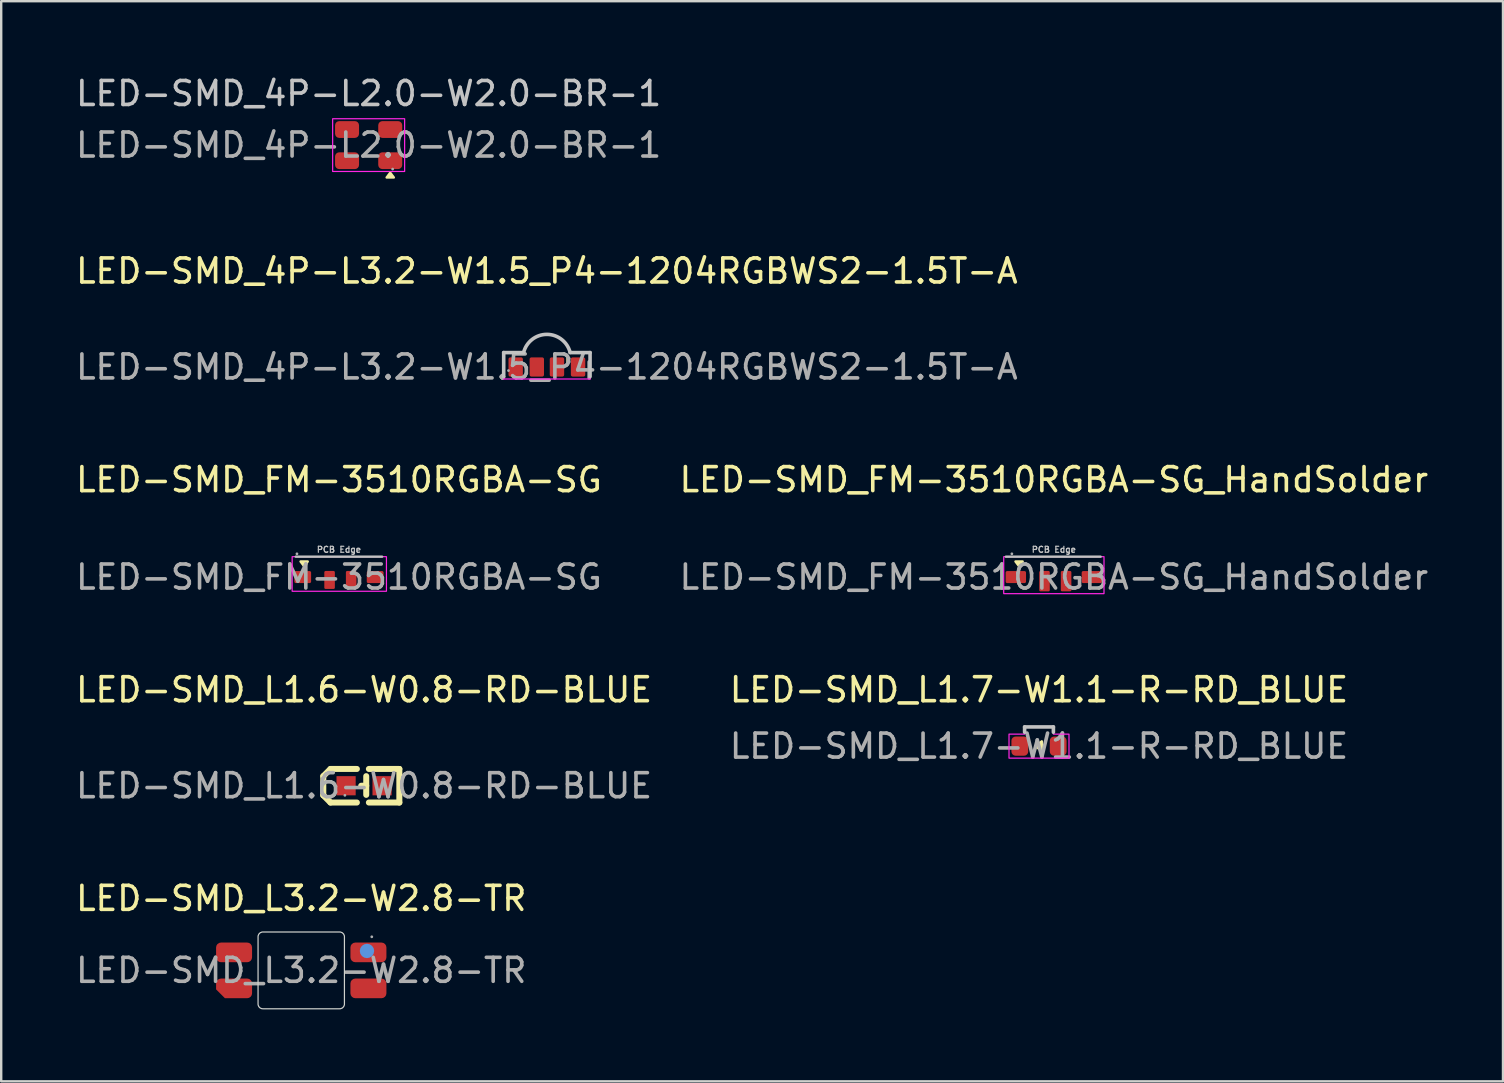
<source format=kicad_pcb>
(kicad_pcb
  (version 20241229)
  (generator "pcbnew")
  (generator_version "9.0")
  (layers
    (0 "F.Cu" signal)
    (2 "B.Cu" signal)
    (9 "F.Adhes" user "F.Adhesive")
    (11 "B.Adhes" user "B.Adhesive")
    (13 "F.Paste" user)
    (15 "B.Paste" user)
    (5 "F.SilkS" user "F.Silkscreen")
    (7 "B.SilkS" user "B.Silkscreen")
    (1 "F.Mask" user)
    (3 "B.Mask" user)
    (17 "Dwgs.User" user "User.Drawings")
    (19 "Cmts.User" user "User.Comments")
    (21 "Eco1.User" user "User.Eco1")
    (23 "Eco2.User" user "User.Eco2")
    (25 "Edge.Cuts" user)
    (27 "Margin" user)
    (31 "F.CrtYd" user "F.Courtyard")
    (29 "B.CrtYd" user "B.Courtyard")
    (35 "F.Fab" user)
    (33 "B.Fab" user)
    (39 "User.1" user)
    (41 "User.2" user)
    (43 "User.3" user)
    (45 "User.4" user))
  (footprint "LED-SMD_L3.2-W2.8-TR"
    (layer "F.Cu")
    (at 9.506 37.396)
    (property "Reference" "LED-SMD_L3.2-W2.8-TR" (at 0 -3 0) (layer "F.SilkS") (effects (font (size 1 1) (thickness 0.15))))
    (attr smd)
    (fp_circle (center 2.74 -0.81) (end 2.89 -0.81) (stroke (width 0.3) (type solid)) (fill no) (layer "Cmts.User"))
    (fp_poly (pts (xy 1.6 1.6) (xy 1.639 1.598) (xy 1.712 1.568) (xy 1.768 1.512) (xy 1.798 1.439) (xy 1.8 1.4) (xy 1.8 -1.4) (xy 1.798 -1.439) (xy 1.768 -1.512) (xy 1.712 -1.568) (xy 1.639 -1.598) (xy 1.6 -1.6) (xy -1.6 -1.6) (xy -1.639 -1.598) (xy -1.712 -1.568) (xy -1.768 -1.512) (xy -1.798 -1.439) (xy -1.8 -1.4) (xy -1.8 1.4) (xy -1.798 1.439) (xy -1.768 1.512) (xy -1.712 1.568) (xy -1.639 1.598) (xy -1.6 1.6)) (stroke (width 0.05) (type solid)) (fill no) (layer "Edge.Cuts"))
    (fp_circle (center 2.94 -1.4) (end 2.97 -1.4) (stroke (width 0.06) (type solid)) (fill no) (layer "F.Fab"))
    (fp_text user "${REFERENCE}" (at 0 0 0) (layer "F.Fab") (effects (font (size 1 1) (thickness 0.15))))
    (pad "1" smd roundrect (at 2.8 -0.75 90) (size 0.82 1.5) (layers "F.Cu" "F.Mask" "F.Paste") (roundrect_rratio 0.25))
    (pad "2" smd roundrect (at 2.8 0.75 90) (size 0.82 1.5) (layers "F.Cu" "F.Mask" "F.Paste") (roundrect_rratio 0.25))
    (pad "3" smd roundrect (at -2.8 0.75 270) (size 0.82 1.5) (layers "F.Cu" "F.Mask" "F.Paste") (roundrect_rratio 0.25) (chamfer_ratio 0.45) (chamfer bottom_right))
    (pad "4" smd roundrect (at -2.8 -0.75 90) (size 0.82 1.5) (layers "F.Cu" "F.Mask" "F.Paste") (roundrect_rratio 0.25)))
  (footprint "LED-SMD_L1.6-W0.8-RD-BLUE"
    (layer "F.Cu")
    (at 12.125 29.7)
    (property "Reference" "LED-SMD_L1.6-W0.8-RD-BLUE" (at 0 -4 0) (layer "F.SilkS") (effects (font (size 1 1) (thickness 0.15))))
    (attr smd)
    (fp_line (start -1.7 -0.4) (end -1.7 0.4) (stroke (width 0.25) (type solid)) (layer "F.SilkS"))
    (fp_line (start -1.7 0.4) (end -1.4 0.7) (stroke (width 0.25) (type solid)) (layer "F.SilkS"))
    (fp_line (start -1.4 -0.7) (end -1.7 -0.4) (stroke (width 0.25) (type solid)) (layer "F.SilkS"))
    (fp_line (start -1.4 0.7) (end -0.3 0.7) (stroke (width 0.25) (type solid)) (layer "F.SilkS"))
    (fp_line (start -0.3 -0.7) (end -1.4 -0.7) (stroke (width 0.25) (type solid)) (layer "F.SilkS"))
    (fp_line (start 0.09 -0.4) (end 0.09 0.38) (stroke (width 0.25) (type solid)) (layer "F.SilkS"))
    (fp_line (start 0.09 0) (end -0.12 0) (stroke (width 0.25) (type solid)) (layer "F.SilkS"))
    (fp_line (start 0.2 -0.7) (end 1.47 -0.7) (stroke (width 0.25) (type solid)) (layer "F.SilkS"))
    (fp_line (start 1.47 -0.7) (end 1.47 0.7) (stroke (width 0.25) (type solid)) (layer "F.SilkS"))
    (fp_line (start 1.47 0.7) (end 0.2 0.7) (stroke (width 0.25) (type solid)) (layer "F.SilkS"))
    (fp_circle (center -0.8 0.4) (end -0.77 0.4) (stroke (width 0.06) (type solid)) (fill no) (layer "F.Fab"))
    (fp_text user "${REFERENCE}" (at 0 0 0) (layer "F.Fab") (effects (font (size 1 1) (thickness 0.15))))
    (pad "1" smd rect (at -0.75 0) (size 0.8 0.8) (layers "F.Cu" "F.Mask" "F.Paste"))
    (pad "2" smd rect (at 0.75 0) (size 0.8 0.8) (layers "F.Cu" "F.Mask" "F.Paste")))
  (footprint "LED-SMD_4P-L3.2-W1.5_P4-1204RGBWS2-1.5T-A"
    (layer "F.Cu")
    (at 19.744 12.246)
    (property "Reference" "LED-SMD_4P-L3.2-W1.5_P4-1204RGBWS2-1.5T-A" (at 0 -4 0) (layer "F.SilkS") (effects (font (size 1 1) (thickness 0.15))))
    (attr smd)
    (fp_line (start 0.86 -0.35) (end 0.86 -0.2) (stroke (width 0.1) (type default)) (layer "F.SilkS"))
    (fp_line (start -1.8 -0.6) (end -1.8 0.4) (stroke (width 0.15) (type solid)) (layer "Dwgs.User"))
    (fp_line (start -0.97 -0.6) (end -1.8 -0.6) (stroke (width 0.15) (type solid)) (layer "Dwgs.User"))
    (fp_line (start 1.8 -0.6) (end 0.97 -0.6) (stroke (width 0.15) (type solid)) (layer "Dwgs.User"))
    (fp_line (start 1.8 -0.6) (end 1.8 0.4) (stroke (width 0.15) (type solid)) (layer "Dwgs.User"))
    (fp_arc (start -0.97 -0.6) (mid -0.003014 -1.359245) (end 0.968535 -0.605847) (stroke (width 0.15) (type solid)) (layer "Dwgs.User"))
    (fp_line (start -1.8 -0.6) (end -1.8 0.5) (stroke (width 0.05) (type solid)) (layer "F.CrtYd"))
    (fp_line (start -1.8 0.5) (end 1.8 0.5) (stroke (width 0.05) (type default)) (layer "F.CrtYd"))
    (fp_line (start -0.97 -0.6) (end -1.8 -0.6) (stroke (width 0.05) (type solid)) (layer "F.CrtYd"))
    (fp_line (start 1.8 -0.6) (end 0.97 -0.6) (stroke (width 0.05) (type solid)) (layer "F.CrtYd"))
    (fp_line (start 1.8 -0.6) (end 1.8 0.5) (stroke (width 0.05) (type solid)) (layer "F.CrtYd"))
    (fp_arc (start -0.97 -0.6) (mid -0.003014 -1.359245) (end 0.968535 -0.605847) (stroke (width 0.05) (type solid)) (layer "F.CrtYd"))
    (fp_circle (center -1.6 0.15) (end -1.57 0.15) (stroke (width 0.06) (type solid)) (fill no) (layer "F.Fab"))
    (fp_text user "${REFERENCE}" (at 0 0 0) (layer "F.Fab") (effects (font (size 1 1) (thickness 0.15))))
    (pad "1" smd roundrect (at -0.42 0) (size 0.6 0.8) (layers "F.Cu" "F.Mask" "F.Paste") (roundrect_rratio 0.125))
    (pad "2" smd roundrect (at 0.42 0) (size 0.6 0.8) (layers "F.Cu" "F.Mask" "F.Paste") (roundrect_rratio 0.125))
    (pad "3" smd roundrect (at -1.3 0) (size 0.6 0.8) (layers "F.Cu" "F.Mask" "F.Paste") (roundrect_rratio 0.125))
    (pad "4" smd roundrect (at 1.3 0) (size 0.6 0.8) (layers "F.Cu" "F.Mask" "F.Paste") (roundrect_rratio 0.125)))
  (footprint "LED-SMD_FM-3510RGBA-SG_HandSolder"
    (layer "F.Cu")
    (at 40.875 21.003)
    (property "Reference" "LED-SMD_FM-3510RGBA-SG_HandSolder" (at 0 -4.06 0) (layer "F.SilkS") (effects (font (size 1 1) (thickness 0.15))))
    (attr smd)
    (fp_poly (pts (xy -1.45 -0.45) (xy -1.6 -0.65) (xy -1.3 -0.65)) (stroke (width 0.1) (type solid)) (fill yes) (layer "F.SilkS"))
    (fp_line (start -2 -0.85) (end 1.95 -0.85) (stroke (width 0.1) (type default)) (layer "Dwgs.User"))
    (fp_rect (start -2.09 -0.85) (end 2.09 0.69) (stroke (width 0.05) (type default)) (fill no) (layer "F.CrtYd"))
    (fp_circle (center -1.75 -0.97) (end -1.72 -0.97) (stroke (width 0.06) (type solid)) (fill no) (layer "F.Fab"))
    (fp_text user "PCB Edge" (at 0 -1 0) (unlocked yes) (layer "Dwgs.User") (effects (font (size 0.25 0.25) (thickness 0.05) (bold yes)) (justify bottom)))
    (fp_text user "${REFERENCE}" (at 0 0 0) (layer "F.Fab") (effects (font (size 1 1) (thickness 0.15))))
    (pad "1" smd roundrect (at -1.585 0 180) (size 0.85 0.5) (layers "F.Cu" "F.Mask" "F.Paste") (roundrect_rratio 0.125))
    (pad "2" smd roundrect (at -0.39 0.17 270) (size 0.85 0.44) (layers "F.Cu" "F.Mask" "F.Paste") (roundrect_rratio 0.125))
    (pad "3" smd roundrect (at 0.51 0.17 270) (size 0.85 0.44) (layers "F.Cu" "F.Mask" "F.Paste") (roundrect_rratio 0.125))
    (pad "4" smd roundrect (at 1.585 0) (size 0.85 0.5) (layers "F.Cu" "F.Mask" "F.Paste") (roundrect_rratio 0.125)))
  (footprint "LED-SMD_FM-3510RGBA-SG"
    (layer "F.Cu")
    (at 11.077 21.003)
    (property "Reference" "LED-SMD_FM-3510RGBA-SG" (at 0 -4.06 0) (layer "F.SilkS") (effects (font (size 1 1) (thickness 0.15))))
    (attr smd)
    (fp_poly (pts (xy -1.45 -0.45) (xy -1.6 -0.65) (xy -1.3 -0.65)) (stroke (width 0.1) (type solid)) (fill yes) (layer "F.SilkS"))
    (fp_line (start -1.8 -0.85) (end 1.8 -0.85) (stroke (width 0.1) (type default)) (layer "Dwgs.User"))
    (fp_rect (start -1.95 -0.85) (end 1.98 0.59) (stroke (width 0.05) (type default)) (fill no) (layer "F.CrtYd"))
    (fp_circle (center -1.75 -0.97) (end -1.72 -0.97) (stroke (width 0.06) (type solid)) (fill no) (layer "F.Fab"))
    (fp_text user "PCB Edge" (at 0 -1 0) (unlocked yes) (layer "Dwgs.User") (effects (font (size 0.25 0.25) (thickness 0.05) (bold yes)) (justify bottom)))
    (fp_text user "${REFERENCE}" (at 0 0 0) (layer "F.Fab") (effects (font (size 1 1) (thickness 0.15))))
    (pad "1" smd roundrect (at -1.51 0 180) (size 0.7 0.5) (layers "F.Cu" "F.Mask" "F.Paste") (roundrect_rratio 0.125))
    (pad "2" smd roundrect (at -0.39 0.12 270) (size 0.75 0.44) (layers "F.Cu" "F.Mask" "F.Paste") (roundrect_rratio 0.125))
    (pad "3" smd roundrect (at 0.51 0.12 270) (size 0.75 0.44) (layers "F.Cu" "F.Mask" "F.Paste") (roundrect_rratio 0.125))
    (pad "4" smd roundrect (at 1.51 0) (size 0.7 0.5) (layers "F.Cu" "F.Mask" "F.Paste") (roundrect_rratio 0.125)))
  (footprint "LED-SMD_4P-L2.0-W2.0-BR-1"
    (layer "F.Cu")
    (at 12.315 2.998)
    (property "Reference" "LED-SMD_4P-L2.0-W2.0-BR-1" (at 0 -2.15 0) (layer "Dwgs.User") (effects (font (size 1 1) (thickness 0.15))))
    (attr smd)
    (fp_poly (pts (xy 0.9 1.15) (xy 1.05 1.35) (xy 0.75 1.35)) (stroke (width 0.1) (type solid)) (fill yes) (layer "F.SilkS"))
    (fp_rect (start -1.5 -1.1) (end 1.5 1.1) (stroke (width 0.05) (type default)) (fill no) (layer "F.CrtYd"))
    (fp_circle (center 1 1) (end 1.03 1) (stroke (width 0.06) (type solid)) (fill no) (layer "F.Fab"))
    (fp_text user "${REFERENCE}" (at 0 0 0) (layer "F.Fab") (effects (font (size 1 1) (thickness 0.15))))
    (pad "1" smd roundrect (at 0.9 0.65 180) (size 1 0.7) (layers "F.Cu" "F.Mask" "F.Paste") (roundrect_rratio 0.25))
    (pad "2" smd roundrect (at 0.9 -0.65 180) (size 1 0.7) (layers "F.Cu" "F.Mask" "F.Paste") (roundrect_rratio 0.25))
    (pad "3" smd roundrect (at -0.9 -0.65 180) (size 1 0.7) (layers "F.Cu" "F.Mask" "F.Paste") (roundrect_rratio 0.25))
    (pad "4" smd roundrect (at -0.9 0.65 180) (size 1 0.7) (layers "F.Cu" "F.Mask" "F.Paste") (roundrect_rratio 0.25)))
  (footprint "LED-SMD_L1.7-W1.1-R-RD_BLUE"
    (layer "F.Cu")
    (at 40.256 28.049)
    (property "Reference" "LED-SMD_L1.7-W1.1-R-RD_BLUE" (at 0 -2.35 0) (layer "F.SilkS") (effects (font (size 1 1) (thickness 0.15))))
    (attr smd)
    (fp_poly (pts (xy 0.116 -0.2) (xy 0.116 0.2) (xy -0.15 0)) (stroke (width 0.1) (type solid)) (fill yes) (layer "F.SilkS"))
    (fp_line (start -0.6 -0.8) (end -0.6 -0.58) (stroke (width 0.15) (type solid)) (layer "Dwgs.User"))
    (fp_line (start -0.6 -0.8) (end 0.6 -0.8) (stroke (width 0.15) (type solid)) (layer "Dwgs.User"))
    (fp_line (start 0.6 -0.8) (end 0.6 -0.58) (stroke (width 0.15) (type solid)) (layer "Dwgs.User"))
    (fp_poly (pts (xy -1.25 -0.5) (xy -0.6 -0.5) (xy -0.6 -0.8) (xy 0.6 -0.8) (xy 0.6 -0.5) (xy 1.25 -0.5) (xy 1.25 0.5) (xy -1.25 0.5)) (stroke (width 0.05) (type solid)) (fill no) (layer "F.CrtYd"))
    (fp_text user "${REFERENCE}" (at 0 0 0) (layer "F.Fab") (effects (font (size 1 1) (thickness 0.15))))
    (pad "1" smd roundrect (at -0.8 0 90) (size 0.8 0.7) (layers "F.Cu" "F.Mask" "F.Paste") (roundrect_rratio 0.25))
    (pad "2" smd roundrect (at 0.8 0 90) (size 0.8 0.7) (layers "F.Cu" "F.Mask" "F.Paste") (roundrect_rratio 0.25)))
  (gr_rect
    (start -3 -3)
    (end 59.595 42.021)
    (stroke (width 0.1) (type default))
    (fill no)
    (layer "Edge.Cuts")))
</source>
